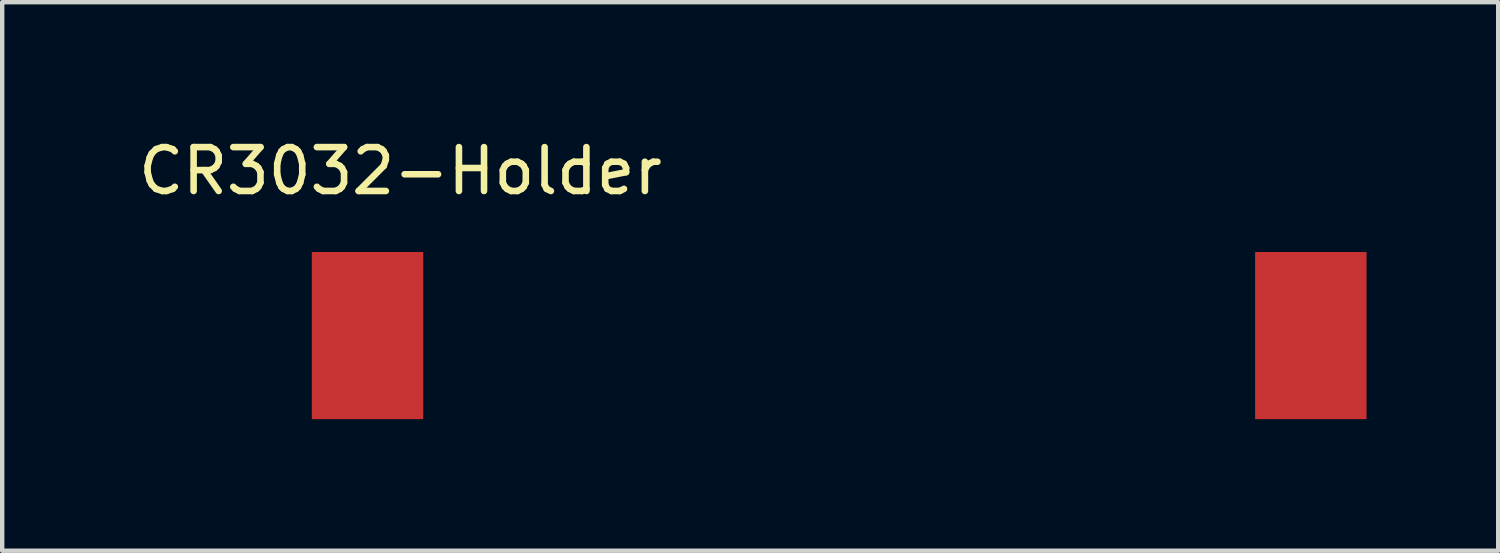
<source format=kicad_pcb>
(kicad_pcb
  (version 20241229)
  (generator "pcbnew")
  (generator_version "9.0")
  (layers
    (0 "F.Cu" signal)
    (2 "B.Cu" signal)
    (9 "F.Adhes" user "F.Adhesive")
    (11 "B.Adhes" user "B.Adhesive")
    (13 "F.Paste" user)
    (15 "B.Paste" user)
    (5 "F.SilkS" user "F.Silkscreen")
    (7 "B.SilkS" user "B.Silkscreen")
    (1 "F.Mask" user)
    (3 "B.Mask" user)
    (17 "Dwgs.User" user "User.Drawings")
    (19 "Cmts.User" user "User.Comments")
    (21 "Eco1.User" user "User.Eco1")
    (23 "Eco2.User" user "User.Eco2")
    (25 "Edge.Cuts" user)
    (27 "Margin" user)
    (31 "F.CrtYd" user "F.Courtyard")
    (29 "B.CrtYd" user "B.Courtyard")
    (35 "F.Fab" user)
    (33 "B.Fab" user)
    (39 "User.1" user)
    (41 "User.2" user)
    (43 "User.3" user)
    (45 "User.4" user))
  (footprint "CR3032-Holder"
    (layer "F.Cu")
    (at 4.077 4.598)
    (property "Reference" "CR3032-Holder" (at 2 -3.75 0) (layer "F.SilkS") (effects (font (size 1 1) (thickness 0.15))))
    (attr through_hole)
    (pad "1" smd rect (at 1.25 0) (size 2.54 3.81) (layers "F.Cu" "F.Mask" "F.Paste"))
    (pad "1" smd rect (at 22.75 0) (size 2.54 3.81) (layers "F.Cu" "F.Mask" "F.Paste")))
  (gr_rect
    (start -3 -3)
    (end 31.097 9.503)
    (stroke (width 0.1) (type default))
    (fill no)
    (layer "Edge.Cuts")))
</source>
